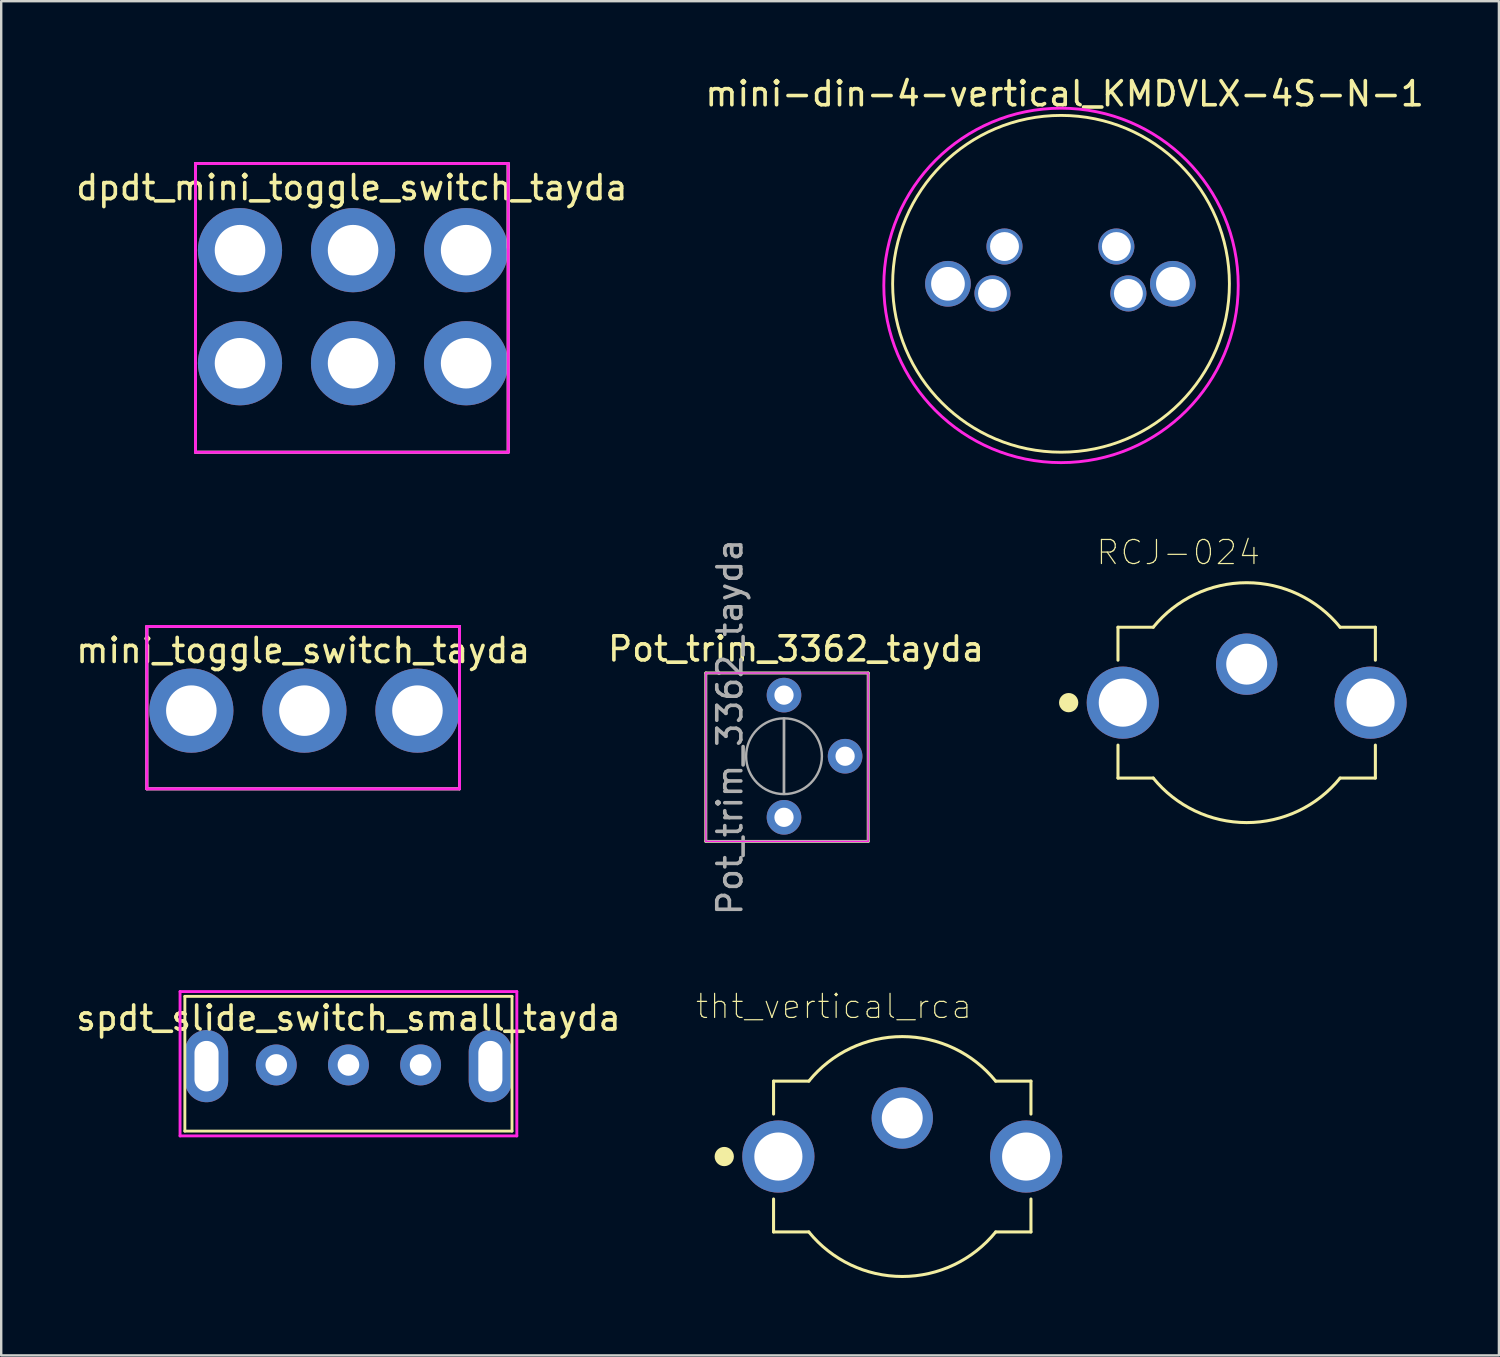
<source format=kicad_pcb>
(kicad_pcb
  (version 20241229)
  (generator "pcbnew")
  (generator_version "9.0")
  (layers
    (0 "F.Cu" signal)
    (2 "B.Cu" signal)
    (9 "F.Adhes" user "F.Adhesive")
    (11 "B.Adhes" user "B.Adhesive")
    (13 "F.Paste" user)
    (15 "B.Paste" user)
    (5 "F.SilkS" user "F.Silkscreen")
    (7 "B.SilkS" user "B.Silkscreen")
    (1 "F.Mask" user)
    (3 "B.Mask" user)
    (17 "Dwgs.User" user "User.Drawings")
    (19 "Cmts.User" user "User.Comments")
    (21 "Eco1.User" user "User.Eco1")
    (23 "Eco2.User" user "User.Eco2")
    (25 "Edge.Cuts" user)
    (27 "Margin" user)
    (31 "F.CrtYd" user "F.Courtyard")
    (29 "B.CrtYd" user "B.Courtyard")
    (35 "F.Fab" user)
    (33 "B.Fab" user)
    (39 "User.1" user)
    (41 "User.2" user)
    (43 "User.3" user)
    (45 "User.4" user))
  (footprint "spdt_slide_switch_small_tayda"
    (layer "F.Cu")
    (at 11.385 41.121)
    (property "Reference" "spdt_slide_switch_small_tayda" (at 0.05 -1.85 0) (layer "F.SilkS") (effects (font (size 1 1) (thickness 0.15))))
    (attr through_hole)
    (fp_line (start -6.75 -2.75) (end 6.85 -2.75) (stroke (width 0.12) (type solid)) (layer "F.SilkS"))
    (fp_line (start -6.75 2.85) (end -6.75 -2.75) (stroke (width 0.12) (type solid)) (layer "F.SilkS"))
    (fp_line (start 6.85 -2.75) (end 6.85 2.85) (stroke (width 0.12) (type solid)) (layer "F.SilkS"))
    (fp_line (start 6.85 2.85) (end -6.75 2.85) (stroke (width 0.12) (type solid)) (layer "F.SilkS"))
    (fp_line (start -6.95 -2.95) (end 7.05 -2.95) (stroke (width 0.12) (type solid)) (layer "F.CrtYd"))
    (fp_line (start -6.95 3.05) (end -6.95 -2.95) (stroke (width 0.12) (type solid)) (layer "F.CrtYd"))
    (fp_line (start 7.05 -2.95) (end 7.05 3.05) (stroke (width 0.12) (type solid)) (layer "F.CrtYd"))
    (fp_line (start 7.05 3.05) (end -6.95 3.05) (stroke (width 0.12) (type solid)) (layer "F.CrtYd"))
    (pad "" thru_hole oval (at -5.85 0.15) (size 1.8 3) (drill oval 1 2.1) (layers "*.Cu" "*.Mask"))
    (pad "" thru_hole oval (at 5.95 0.15) (size 1.8 3) (drill oval 1 2.1) (layers "*.Cu" "*.Mask"))
    (pad "1" thru_hole circle (at -2.95 0.1) (size 1.7 1.7) (drill 0.9) (layers "*.Cu" "*.Mask"))
    (pad "2" thru_hole circle (at 0.05 0.1) (size 1.7 1.7) (drill 0.9) (layers "*.Cu" "*.Mask"))
    (pad "3" thru_hole circle (at 3.05 0.1) (size 1.7 1.7) (drill 0.9) (layers "*.Cu" "*.Mask")))
  (footprint "dpdt_mini_toggle_switch_tayda"
    (layer "F.Cu")
    (at 11.577 0.25)
    (property "Reference" "dpdt_mini_toggle_switch_tayda" (at 0 4.5 0) (layer "F.SilkS") (effects (font (size 1 1) (thickness 0.15))))
    (attr through_hole)
    (fp_line (start -6.5 3.5) (end 6.5 3.5) (stroke (width 0.12) (type solid)) (layer "F.SilkS"))
    (fp_line (start -6.5 15.5) (end -6.5 3.5) (stroke (width 0.12) (type solid)) (layer "F.SilkS"))
    (fp_line (start 6.5 3.5) (end 6.5 7) (stroke (width 0.12) (type solid)) (layer "F.SilkS"))
    (fp_line (start 6.5 3.5) (end 6.5 15.5) (stroke (width 0.12) (type solid)) (layer "F.SilkS"))
    (fp_line (start 6.5 15.5) (end -6.5 15.5) (stroke (width 0.12) (type solid)) (layer "F.SilkS"))
    (fp_line (start -6.5 3.5) (end 6.5 3.5) (stroke (width 0.12) (type solid)) (layer "F.CrtYd"))
    (fp_line (start -6.5 15.5) (end -6.5 3.5) (stroke (width 0.12) (type solid)) (layer "F.CrtYd"))
    (fp_line (start 6.5 3.5) (end 6.5 15.5) (stroke (width 0.12) (type solid)) (layer "F.CrtYd"))
    (fp_line (start 6.5 15.5) (end -6.5 15.5) (stroke (width 0.12) (type solid)) (layer "F.CrtYd"))
    (fp_line (start -6.5 3.5) (end 6.5 3.5) (stroke (width 0.12) (type solid)) (layer "F.Fab"))
    (fp_line (start -6.5 15.5) (end -6.5 3.5) (stroke (width 0.12) (type solid)) (layer "F.Fab"))
    (fp_line (start 6.5 3.5) (end 6.5 15.5) (stroke (width 0.12) (type solid)) (layer "F.Fab"))
    (fp_line (start 6.5 15.5) (end -6.5 15.5) (stroke (width 0.12) (type solid)) (layer "F.Fab"))
    (pad "1" thru_hole circle (at -4.65 7.1) (size 3.5 3.5) (drill 2.1) (layers "*.Cu" "*.Mask"))
    (pad "2" thru_hole circle (at 0.05 7.1) (size 3.5 3.5) (drill 2.1) (layers "*.Cu" "*.Mask"))
    (pad "3" thru_hole circle (at 4.75 7.1) (size 3.5 3.5) (drill 2.1) (layers "*.Cu" "*.Mask"))
    (pad "4" thru_hole circle (at -4.65 11.8) (size 3.5 3.5) (drill 2.1) (layers "*.Cu" "*.Mask"))
    (pad "5" thru_hole circle (at 0.05 11.8) (size 3.5 3.5) (drill 2.1) (layers "*.Cu" "*.Mask"))
    (pad "6" thru_hole circle (at 4.75 11.8) (size 3.5 3.5) (drill 2.1) (layers "*.Cu" "*.Mask")))
  (footprint "mini-din-4-vertical_KMDVLX-4S-N-1"
    (layer "F.Cu")
    (at 42.158 9.498)
    (property "Reference" "mini-din-4-vertical_KMDVLX-4S-N-1" (at -0.95 -8.65 0) (layer "F.SilkS") (effects (font (size 1 1) (thickness 0.15))))
    (attr through_hole)
    (fp_circle (center -1.1 -0.75) (end 5.9 -0.75) (stroke (width 0.12) (type solid)) (fill no) (layer "F.SilkS"))
    (fp_circle (center -1.1 -0.683) (end -1.6 -8.033) (stroke (width 0.12) (type solid)) (fill no) (layer "F.CrtYd"))
    (pad "" thru_hole circle (at -5.8 -0.75) (size 1.9 1.9) (drill 1.4) (layers "*.Cu" "*.Mask"))
    (pad "" thru_hole circle (at 3.55 -0.75) (size 1.9 1.9) (drill oval 1.4) (layers "*.Cu" "*.Mask"))
    (pad "1" thru_hole circle (at -3.95 -0.35) (size 1.5 1.5) (drill 1.2) (layers "*.Cu" "*.Mask"))
    (pad "2" thru_hole circle (at 1.7 -0.35) (size 1.5 1.5) (drill 1.2) (layers "*.Cu" "*.Mask"))
    (pad "3" thru_hole circle (at -3.45 -2.3) (size 1.5 1.5) (drill 1.2) (layers "*.Cu" "*.Mask"))
    (pad "4" thru_hole circle (at 1.2 -2.3) (size 1.5 1.5) (drill 1.2) (layers "*.Cu" "*.Mask")))
  (footprint "tht_vertical_rca"
    (layer "F.Cu")
    (at 34.458 45.029)
    (property "Reference" "tht_vertical_rca" (at -2.844 -6.244 0) (layer "F.SilkS") (effects (font (size 1.001 1.001) (thickness 0.05))))
    (attr through_hole)
    (fp_line (start -5.35 -3.135) (end -5.35 -1.765) (stroke (width 0.127) (type solid)) (layer "F.SilkS"))
    (fp_line (start -5.35 1.765) (end -5.35 3.135) (stroke (width 0.127) (type solid)) (layer "F.SilkS"))
    (fp_line (start -3.884 -3.135) (end -5.35 -3.135) (stroke (width 0.127) (type solid)) (layer "F.SilkS"))
    (fp_line (start -3.884 3.135) (end -5.35 3.135) (stroke (width 0.127) (type solid)) (layer "F.SilkS"))
    (fp_line (start 5.35 -3.135) (end 3.884 -3.135) (stroke (width 0.127) (type solid)) (layer "F.SilkS"))
    (fp_line (start 5.35 -3.135) (end 5.35 -1.765) (stroke (width 0.127) (type solid)) (layer "F.SilkS"))
    (fp_line (start 5.35 1.765) (end 5.35 3.135) (stroke (width 0.127) (type solid)) (layer "F.SilkS"))
    (fp_line (start 5.35 3.135) (end 3.884 3.135) (stroke (width 0.127) (type solid)) (layer "F.SilkS"))
    (fp_arc (start -3.882076 -3.137372) (mid 0.001527 -4.986221) (end 3.884 -3.135) (stroke (width 0.127) (type solid)) (layer "F.SilkS"))
    (fp_arc (start 3.882076 3.137372) (mid -0.001527 4.986221) (end -3.884 3.135) (stroke (width 0.127) (type solid)) (layer "F.SilkS"))
    (fp_circle (center -7.4 0) (end -7.2 0) (stroke (width 0.4) (type solid)) (fill no) (layer "F.SilkS"))
    (fp_line (start -6.9 -1.7) (end -6.9 1.75) (stroke (width 0.05) (type solid)) (layer "Eco1.User"))
    (fp_line (start -6.9 1.75) (end -5.6 1.75) (stroke (width 0.05) (type solid)) (layer "Eco1.User"))
    (fp_line (start -5.6 -3.385) (end -5.605 -3.385) (stroke (width 0.05) (type solid)) (layer "Eco1.User"))
    (fp_line (start -5.6 -3.385) (end -5.6 -1.7) (stroke (width 0.05) (type solid)) (layer "Eco1.User"))
    (fp_line (start -5.6 -1.7) (end -6.9 -1.7) (stroke (width 0.05) (type solid)) (layer "Eco1.User"))
    (fp_line (start -5.6 1.75) (end -5.6 3.385) (stroke (width 0.05) (type solid)) (layer "Eco1.User"))
    (fp_line (start -3.903 -3.385) (end -5.6 -3.385) (stroke (width 0.05) (type solid)) (layer "Eco1.User"))
    (fp_line (start -3.901 3.385) (end -5.6 3.385) (stroke (width 0.05) (type solid)) (layer "Eco1.User"))
    (fp_line (start 5.6 -3.385) (end 3.895 -3.385) (stroke (width 0.05) (type solid)) (layer "Eco1.User"))
    (fp_line (start 5.6 -1.75) (end 5.6 -3.385) (stroke (width 0.05) (type solid)) (layer "Eco1.User"))
    (fp_line (start 5.6 -1.75) (end 6.95 -1.75) (stroke (width 0.05) (type solid)) (layer "Eco1.User"))
    (fp_line (start 5.6 3.385) (end 3.904 3.385) (stroke (width 0.05) (type solid)) (layer "Eco1.User"))
    (fp_line (start 5.6 3.385) (end 5.6 1.7) (stroke (width 0.05) (type solid)) (layer "Eco1.User"))
    (fp_line (start 6.95 -1.75) (end 6.95 1.7) (stroke (width 0.05) (type solid)) (layer "Eco1.User"))
    (fp_line (start 6.95 1.7) (end 5.6 1.7) (stroke (width 0.05) (type solid)) (layer "Eco1.User"))
    (fp_arc (start -3.901069 -3.387381) (mid -0.002467 -5.24337) (end 3.895 -3.385) (stroke (width 0.05) (type solid)) (layer "Eco1.User"))
    (fp_arc (start 3.895069 3.387381) (mid -0.003533 5.24337) (end -3.901 3.385) (stroke (width 0.05) (type solid)) (layer "Eco1.User"))
    (fp_line (start -5.35 -3.135) (end -5.35 3.135) (stroke (width 0.127) (type solid)) (layer "Eco2.User"))
    (fp_line (start -3.884 -3.135) (end -5.35 -3.135) (stroke (width 0.127) (type solid)) (layer "Eco2.User"))
    (fp_line (start -3.884 3.135) (end -5.35 3.135) (stroke (width 0.127) (type solid)) (layer "Eco2.User"))
    (fp_line (start 5.35 -3.135) (end 3.884 -3.135) (stroke (width 0.127) (type solid)) (layer "Eco2.User"))
    (fp_line (start 5.35 3.135) (end 3.884 3.135) (stroke (width 0.127) (type solid)) (layer "Eco2.User"))
    (fp_line (start 5.35 3.135) (end 5.35 -3.135) (stroke (width 0.127) (type solid)) (layer "Eco2.User"))
    (fp_arc (start -3.882076 -3.137372) (mid 0.001527 -4.986221) (end 3.884 -3.135) (stroke (width 0.127) (type solid)) (layer "Eco2.User"))
    (fp_arc (start 3.882076 3.137372) (mid -0.001527 4.986221) (end -3.884 3.135) (stroke (width 0.127) (type solid)) (layer "Eco2.User"))
    (pad "1" thru_hole circle (at 0 -1.6) (size 2.55 2.55) (drill 1.7) (layers "*.Cu" "*.Mask"))
    (pad "2" thru_hole circle (at -5.15 0) (size 3 3) (drill 2) (layers "*.Cu" "*.Mask"))
    (pad "2" thru_hole circle (at 5.15 0) (size 3 3) (drill 2) (layers "*.Cu" "*.Mask")))
  (footprint "mini_toggle_switch_tayda"
    (layer "F.Cu")
    (at 9.554 19.492)
    (property "Reference" "mini_toggle_switch_tayda" (at 0 4.5 0) (layer "F.SilkS") (effects (font (size 1 1) (thickness 0.15))))
    (attr through_hole)
    (fp_line (start -6.5 3.5) (end 6.5 3.5) (stroke (width 0.12) (type solid)) (layer "F.SilkS"))
    (fp_line (start -6.5 10.25) (end -6.5 3.5) (stroke (width 0.12) (type solid)) (layer "F.SilkS"))
    (fp_line (start 6.5 3.5) (end 6.5 7) (stroke (width 0.12) (type solid)) (layer "F.SilkS"))
    (fp_line (start 6.5 7) (end 6.5 10.25) (stroke (width 0.12) (type solid)) (layer "F.SilkS"))
    (fp_line (start 6.5 10.25) (end -6.5 10.25) (stroke (width 0.12) (type solid)) (layer "F.SilkS"))
    (fp_line (start -6.5 3.5) (end 6.5 3.5) (stroke (width 0.12) (type solid)) (layer "F.CrtYd"))
    (fp_line (start -6.5 10.25) (end -6.5 3.5) (stroke (width 0.12) (type solid)) (layer "F.CrtYd"))
    (fp_line (start 6.5 3.5) (end 6.5 10.25) (stroke (width 0.12) (type solid)) (layer "F.CrtYd"))
    (fp_line (start 6.5 10.25) (end -6.5 10.25) (stroke (width 0.12) (type solid)) (layer "F.CrtYd"))
    (fp_line (start -6.5 3.5) (end 6.5 3.5) (stroke (width 0.12) (type solid)) (layer "F.Fab"))
    (fp_line (start -6.5 10.25) (end -6.5 3.5) (stroke (width 0.12) (type solid)) (layer "F.Fab"))
    (fp_line (start 6.5 3.5) (end 6.5 10.25) (stroke (width 0.12) (type solid)) (layer "F.Fab"))
    (fp_line (start 6.5 10.25) (end -6.5 10.25) (stroke (width 0.12) (type solid)) (layer "F.Fab"))
    (pad "1" thru_hole circle (at -4.65 7) (size 3.5 3.5) (drill 2.1) (layers "*.Cu" "*.Mask"))
    (pad "2" thru_hole circle (at 0.05 7) (size 3.5 3.5) (drill 2.1) (layers "*.Cu" "*.Mask"))
    (pad "3" thru_hole circle (at 4.75 7) (size 3.5 3.5) (drill 2.1) (layers "*.Cu" "*.Mask")))
  (footprint "Pot_trim_3362_tayda"
    (layer "F.Cu")
    (at 29.542 30.927)
    (property "Reference" "Pot_trim_3362_tayda" (at 0.5 -7 0) (layer "F.SilkS") (effects (font (size 1 1) (thickness 0.15))))
    (attr through_hole)
    (fp_line (start -3.25 -6) (end -3.25 1) (stroke (width 0.12) (type solid)) (layer "F.SilkS"))
    (fp_line (start -3.25 -6) (end 3.5 -6) (stroke (width 0.12) (type solid)) (layer "F.SilkS"))
    (fp_line (start -3.25 1) (end 3.5 1) (stroke (width 0.12) (type solid)) (layer "F.SilkS"))
    (fp_line (start 3.5 -6) (end 3.5 1) (stroke (width 0.12) (type solid)) (layer "F.SilkS"))
    (fp_line (start -3.25 -6) (end -3.25 1) (stroke (width 0.05) (type solid)) (layer "F.CrtYd"))
    (fp_line (start -3.25 1) (end 3.5 1) (stroke (width 0.05) (type solid)) (layer "F.CrtYd"))
    (fp_line (start 3.5 -6) (end -3.25 -6) (stroke (width 0.05) (type solid)) (layer "F.CrtYd"))
    (fp_line (start 3.5 1) (end 3.5 -6) (stroke (width 0.05) (type solid)) (layer "F.CrtYd"))
    (fp_line (start -3.25 -6) (end -3.25 1) (stroke (width 0.1) (type solid)) (layer "F.Fab"))
    (fp_line (start -3.25 1) (end 3.5 1) (stroke (width 0.1) (type solid)) (layer "F.Fab"))
    (fp_line (start -0.001 -0.98) (end 0 -4.099) (stroke (width 0.1) (type solid)) (layer "F.Fab"))
    (fp_line (start -0.001 -0.98) (end 0 -4.099) (stroke (width 0.1) (type solid)) (layer "F.Fab"))
    (fp_line (start 3.5 -6) (end -3.25 -6) (stroke (width 0.1) (type solid)) (layer "F.Fab"))
    (fp_line (start 3.5 1) (end 3.5 -6) (stroke (width 0.1) (type solid)) (layer "F.Fab"))
    (fp_circle (center 0 -2.54) (end 1.575 -2.54) (stroke (width 0.1) (type solid)) (fill no) (layer "F.Fab"))
    (fp_text user "${REFERENCE}" (at -2.25 -3.75 90) (layer "F.Fab") (effects (font (size 1 1) (thickness 0.15))))
    (pad "1" thru_hole circle (at 0 0) (size 1.44 1.44) (drill 0.8) (layers "*.Cu" "*.Mask"))
    (pad "2" thru_hole circle (at 2.54 -2.54) (size 1.44 1.44) (drill 0.8) (layers "*.Cu" "*.Mask"))
    (pad "3" thru_hole circle (at 0 -5.08) (size 1.44 1.44) (drill 0.8) (layers "*.Cu" "*.Mask")))
  (footprint "RCJ-024"
    (layer "F.Cu")
    (at 48.776 26.16)
    (property "Reference" "RCJ-024" (at -2.844 -6.244 0) (layer "F.SilkS") (effects (font (size 1.001 1.001) (thickness 0.05))))
    (attr through_hole)
    (fp_line (start -5.35 -3.135) (end -5.35 -1.765) (stroke (width 0.127) (type solid)) (layer "F.SilkS"))
    (fp_line (start -5.35 1.765) (end -5.35 3.135) (stroke (width 0.127) (type solid)) (layer "F.SilkS"))
    (fp_line (start -3.884 -3.135) (end -5.35 -3.135) (stroke (width 0.127) (type solid)) (layer "F.SilkS"))
    (fp_line (start -3.884 3.135) (end -5.35 3.135) (stroke (width 0.127) (type solid)) (layer "F.SilkS"))
    (fp_line (start 5.35 -3.135) (end 3.884 -3.135) (stroke (width 0.127) (type solid)) (layer "F.SilkS"))
    (fp_line (start 5.35 -3.135) (end 5.35 -1.765) (stroke (width 0.127) (type solid)) (layer "F.SilkS"))
    (fp_line (start 5.35 1.765) (end 5.35 3.135) (stroke (width 0.127) (type solid)) (layer "F.SilkS"))
    (fp_line (start 5.35 3.135) (end 3.884 3.135) (stroke (width 0.127) (type solid)) (layer "F.SilkS"))
    (fp_arc (start -3.882076 -3.137372) (mid 0.001527 -4.986221) (end 3.884 -3.135) (stroke (width 0.127) (type solid)) (layer "F.SilkS"))
    (fp_arc (start 3.882076 3.137372) (mid -0.001527 4.986221) (end -3.884 3.135) (stroke (width 0.127) (type solid)) (layer "F.SilkS"))
    (fp_circle (center -7.4 0) (end -7.2 0) (stroke (width 0.4) (type solid)) (fill no) (layer "F.SilkS"))
    (fp_line (start -6.9 -1.7) (end -6.9 1.75) (stroke (width 0.05) (type solid)) (layer "Eco1.User"))
    (fp_line (start -6.9 1.75) (end -5.6 1.75) (stroke (width 0.05) (type solid)) (layer "Eco1.User"))
    (fp_line (start -5.6 -3.385) (end -5.605 -3.385) (stroke (width 0.05) (type solid)) (layer "Eco1.User"))
    (fp_line (start -5.6 -3.385) (end -5.6 -1.7) (stroke (width 0.05) (type solid)) (layer "Eco1.User"))
    (fp_line (start -5.6 -1.7) (end -6.9 -1.7) (stroke (width 0.05) (type solid)) (layer "Eco1.User"))
    (fp_line (start -5.6 1.75) (end -5.6 3.385) (stroke (width 0.05) (type solid)) (layer "Eco1.User"))
    (fp_line (start -3.903 -3.385) (end -5.6 -3.385) (stroke (width 0.05) (type solid)) (layer "Eco1.User"))
    (fp_line (start -3.901 3.385) (end -5.6 3.385) (stroke (width 0.05) (type solid)) (layer "Eco1.User"))
    (fp_line (start 5.6 -3.385) (end 3.895 -3.385) (stroke (width 0.05) (type solid)) (layer "Eco1.User"))
    (fp_line (start 5.6 -1.75) (end 5.6 -3.385) (stroke (width 0.05) (type solid)) (layer "Eco1.User"))
    (fp_line (start 5.6 -1.75) (end 6.95 -1.75) (stroke (width 0.05) (type solid)) (layer "Eco1.User"))
    (fp_line (start 5.6 3.385) (end 3.904 3.385) (stroke (width 0.05) (type solid)) (layer "Eco1.User"))
    (fp_line (start 5.6 3.385) (end 5.6 1.7) (stroke (width 0.05) (type solid)) (layer "Eco1.User"))
    (fp_line (start 6.95 -1.75) (end 6.95 1.7) (stroke (width 0.05) (type solid)) (layer "Eco1.User"))
    (fp_line (start 6.95 1.7) (end 5.6 1.7) (stroke (width 0.05) (type solid)) (layer "Eco1.User"))
    (fp_arc (start -3.901069 -3.387381) (mid -0.002467 -5.24337) (end 3.895 -3.385) (stroke (width 0.05) (type solid)) (layer "Eco1.User"))
    (fp_arc (start 3.895069 3.387381) (mid -0.003533 5.24337) (end -3.901 3.385) (stroke (width 0.05) (type solid)) (layer "Eco1.User"))
    (fp_line (start -5.35 -3.135) (end -5.35 3.135) (stroke (width 0.127) (type solid)) (layer "Eco2.User"))
    (fp_line (start -3.884 -3.135) (end -5.35 -3.135) (stroke (width 0.127) (type solid)) (layer "Eco2.User"))
    (fp_line (start -3.884 3.135) (end -5.35 3.135) (stroke (width 0.127) (type solid)) (layer "Eco2.User"))
    (fp_line (start 5.35 -3.135) (end 3.884 -3.135) (stroke (width 0.127) (type solid)) (layer "Eco2.User"))
    (fp_line (start 5.35 3.135) (end 3.884 3.135) (stroke (width 0.127) (type solid)) (layer "Eco2.User"))
    (fp_line (start 5.35 3.135) (end 5.35 -3.135) (stroke (width 0.127) (type solid)) (layer "Eco2.User"))
    (fp_arc (start -3.882076 -3.137372) (mid 0.001527 -4.986221) (end 3.884 -3.135) (stroke (width 0.127) (type solid)) (layer "Eco2.User"))
    (fp_arc (start 3.882076 3.137372) (mid -0.001527 4.986221) (end -3.884 3.135) (stroke (width 0.127) (type solid)) (layer "Eco2.User"))
    (pad "1" thru_hole circle (at 0 -1.6) (size 2.55 2.55) (drill 1.7) (layers "*.Cu" "*.Mask"))
    (pad "2" thru_hole circle (at -5.15 0) (size 3 3) (drill 2) (layers "*.Cu" "*.Mask"))
    (pad "2" thru_hole circle (at 5.15 0) (size 3 3) (drill 2) (layers "*.Cu" "*.Mask")))
  (gr_rect
    (start -3 -3)
    (end 59.262 53.297)
    (stroke (width 0.1) (type default))
    (fill no)
    (layer "Edge.Cuts")))
</source>
